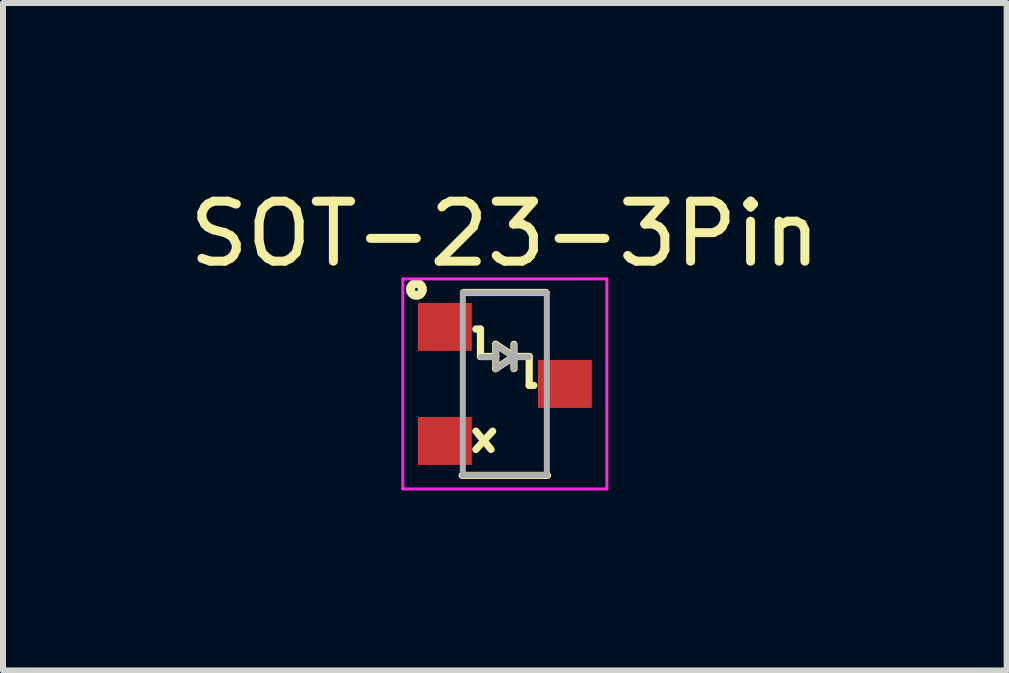
<source format=kicad_pcb>
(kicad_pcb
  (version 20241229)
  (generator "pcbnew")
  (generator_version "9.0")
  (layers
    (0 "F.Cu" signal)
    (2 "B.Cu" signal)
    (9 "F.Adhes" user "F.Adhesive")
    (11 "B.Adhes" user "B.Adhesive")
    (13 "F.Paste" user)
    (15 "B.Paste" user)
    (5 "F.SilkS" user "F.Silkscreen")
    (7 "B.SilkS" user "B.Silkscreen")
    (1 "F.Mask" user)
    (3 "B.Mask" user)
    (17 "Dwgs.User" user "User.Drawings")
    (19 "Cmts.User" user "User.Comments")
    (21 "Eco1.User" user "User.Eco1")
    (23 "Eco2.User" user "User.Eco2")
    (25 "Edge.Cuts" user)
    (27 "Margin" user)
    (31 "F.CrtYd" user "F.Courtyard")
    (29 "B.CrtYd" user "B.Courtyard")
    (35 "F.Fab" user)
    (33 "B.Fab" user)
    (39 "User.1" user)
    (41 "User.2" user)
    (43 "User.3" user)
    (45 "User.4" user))
  (footprint "SOT-23-3Pin"
    (layer "F.Cu")
    (at 5.363 3.348)
    (property "Reference" "SOT-23-3Pin" (at 0 -2.5 0) (layer "F.SilkS") (effects (font (size 1 1) (thickness 0.15))))
    (attr smd)
    (fp_line (start -0.711 1.524) (end 0.711 1.524) (stroke (width 0.12) (type solid)) (layer "F.SilkS"))
    (fp_line (start -0.686 -1.524) (end 0.686 -1.524) (stroke (width 0.12) (type solid)) (layer "F.SilkS"))
    (fp_line (start -0.483 0.787) (end -0.229 1.092) (stroke (width 0.12) (type solid)) (layer "F.SilkS"))
    (fp_line (start -0.483 1.092) (end -0.203 0.787) (stroke (width 0.12) (type solid)) (layer "F.SilkS"))
    (fp_line (start -0.406 -0.914) (end -0.483 -0.914) (stroke (width 0.12) (type solid)) (layer "F.SilkS"))
    (fp_line (start -0.406 -0.889) (end -0.406 -0.914) (stroke (width 0.12) (type solid)) (layer "F.SilkS"))
    (fp_line (start -0.406 -0.457) (end -0.406 -0.889) (stroke (width 0.12) (type solid)) (layer "F.SilkS"))
    (fp_line (start -0.406 -0.457) (end -0.152 -0.457) (stroke (width 0.12) (type solid)) (layer "F.SilkS"))
    (fp_line (start -0.152 -0.66) (end 0.152 -0.457) (stroke (width 0.12) (type solid)) (layer "F.SilkS"))
    (fp_line (start -0.152 -0.457) (end -0.152 -0.66) (stroke (width 0.12) (type solid)) (layer "F.SilkS"))
    (fp_line (start -0.152 -0.457) (end -0.152 -0.254) (stroke (width 0.12) (type solid)) (layer "F.SilkS"))
    (fp_line (start -0.152 -0.254) (end 0.152 -0.457) (stroke (width 0.12) (type solid)) (layer "F.SilkS"))
    (fp_line (start 0.152 -0.457) (end 0.152 -0.66) (stroke (width 0.12) (type solid)) (layer "F.SilkS"))
    (fp_line (start 0.152 -0.457) (end 0.152 -0.254) (stroke (width 0.12) (type solid)) (layer "F.SilkS"))
    (fp_line (start 0.203 -0.457) (end 0.406 -0.457) (stroke (width 0.12) (type solid)) (layer "F.SilkS"))
    (fp_line (start 0.406 -0.457) (end 0.406 0.025) (stroke (width 0.12) (type solid)) (layer "F.SilkS"))
    (fp_line (start 0.406 0.025) (end 0.483 0.025) (stroke (width 0.12) (type solid)) (layer "F.SilkS"))
    (fp_circle (center -1.473 -1.575) (end -1.575 -1.524) (stroke (width 0.12) (type solid)) (fill no) (layer "F.SilkS"))
    (fp_circle (center -1.473 -1.575) (end -1.448 -1.575) (stroke (width 0.12) (type solid)) (fill no) (layer "F.SilkS"))
    (fp_line (start -1.7 -1.75) (end 1.7 -1.75) (stroke (width 0.05) (type solid)) (layer "F.CrtYd"))
    (fp_line (start -1.7 1.75) (end -1.7 -1.75) (stroke (width 0.05) (type solid)) (layer "F.CrtYd"))
    (fp_line (start 1.7 -1.75) (end 1.7 1.75) (stroke (width 0.05) (type solid)) (layer "F.CrtYd"))
    (fp_line (start 1.7 1.75) (end -1.7 1.75) (stroke (width 0.05) (type solid)) (layer "F.CrtYd"))
    (fp_line (start -0.7 -1.52) (end -0.7 1.52) (stroke (width 0.1) (type solid)) (layer "F.Fab"))
    (fp_line (start -0.7 -1.52) (end 0.7 -1.52) (stroke (width 0.1) (type solid)) (layer "F.Fab"))
    (fp_line (start -0.7 1.52) (end 0.7 1.52) (stroke (width 0.1) (type solid)) (layer "F.Fab"))
    (fp_line (start -0.15 -0.65) (end -0.15 -0.25) (stroke (width 0.1) (type solid)) (layer "F.Fab"))
    (fp_line (start -0.15 -0.45) (end -0.4 -0.45) (stroke (width 0.1) (type solid)) (layer "F.Fab"))
    (fp_line (start -0.15 -0.25) (end 0.15 -0.45) (stroke (width 0.1) (type solid)) (layer "F.Fab"))
    (fp_line (start 0.15 -0.65) (end 0.15 -0.25) (stroke (width 0.1) (type solid)) (layer "F.Fab"))
    (fp_line (start 0.15 -0.45) (end -0.15 -0.65) (stroke (width 0.1) (type solid)) (layer "F.Fab"))
    (fp_line (start 0.15 -0.45) (end 0.4 -0.45) (stroke (width 0.1) (type solid)) (layer "F.Fab"))
    (fp_line (start 0.7 -1.52) (end 0.7 1.52) (stroke (width 0.1) (type solid)) (layer "F.Fab"))
    (pad "1" smd rect (at -1 -0.95) (size 0.9 0.8) (layers "F.Cu" "F.Mask" "F.Paste"))
    (pad "2" smd rect (at -1 0.95) (size 0.9 0.8) (layers "F.Cu" "F.Mask" "F.Paste"))
    (pad "3" smd rect (at 1 0) (size 0.9 0.8) (layers "F.Cu" "F.Mask" "F.Paste")))
  (gr_rect
    (start -3 -3)
    (end 13.726 8.123)
    (stroke (width 0.1) (type default))
    (fill no)
    (layer "Edge.Cuts")))
</source>
